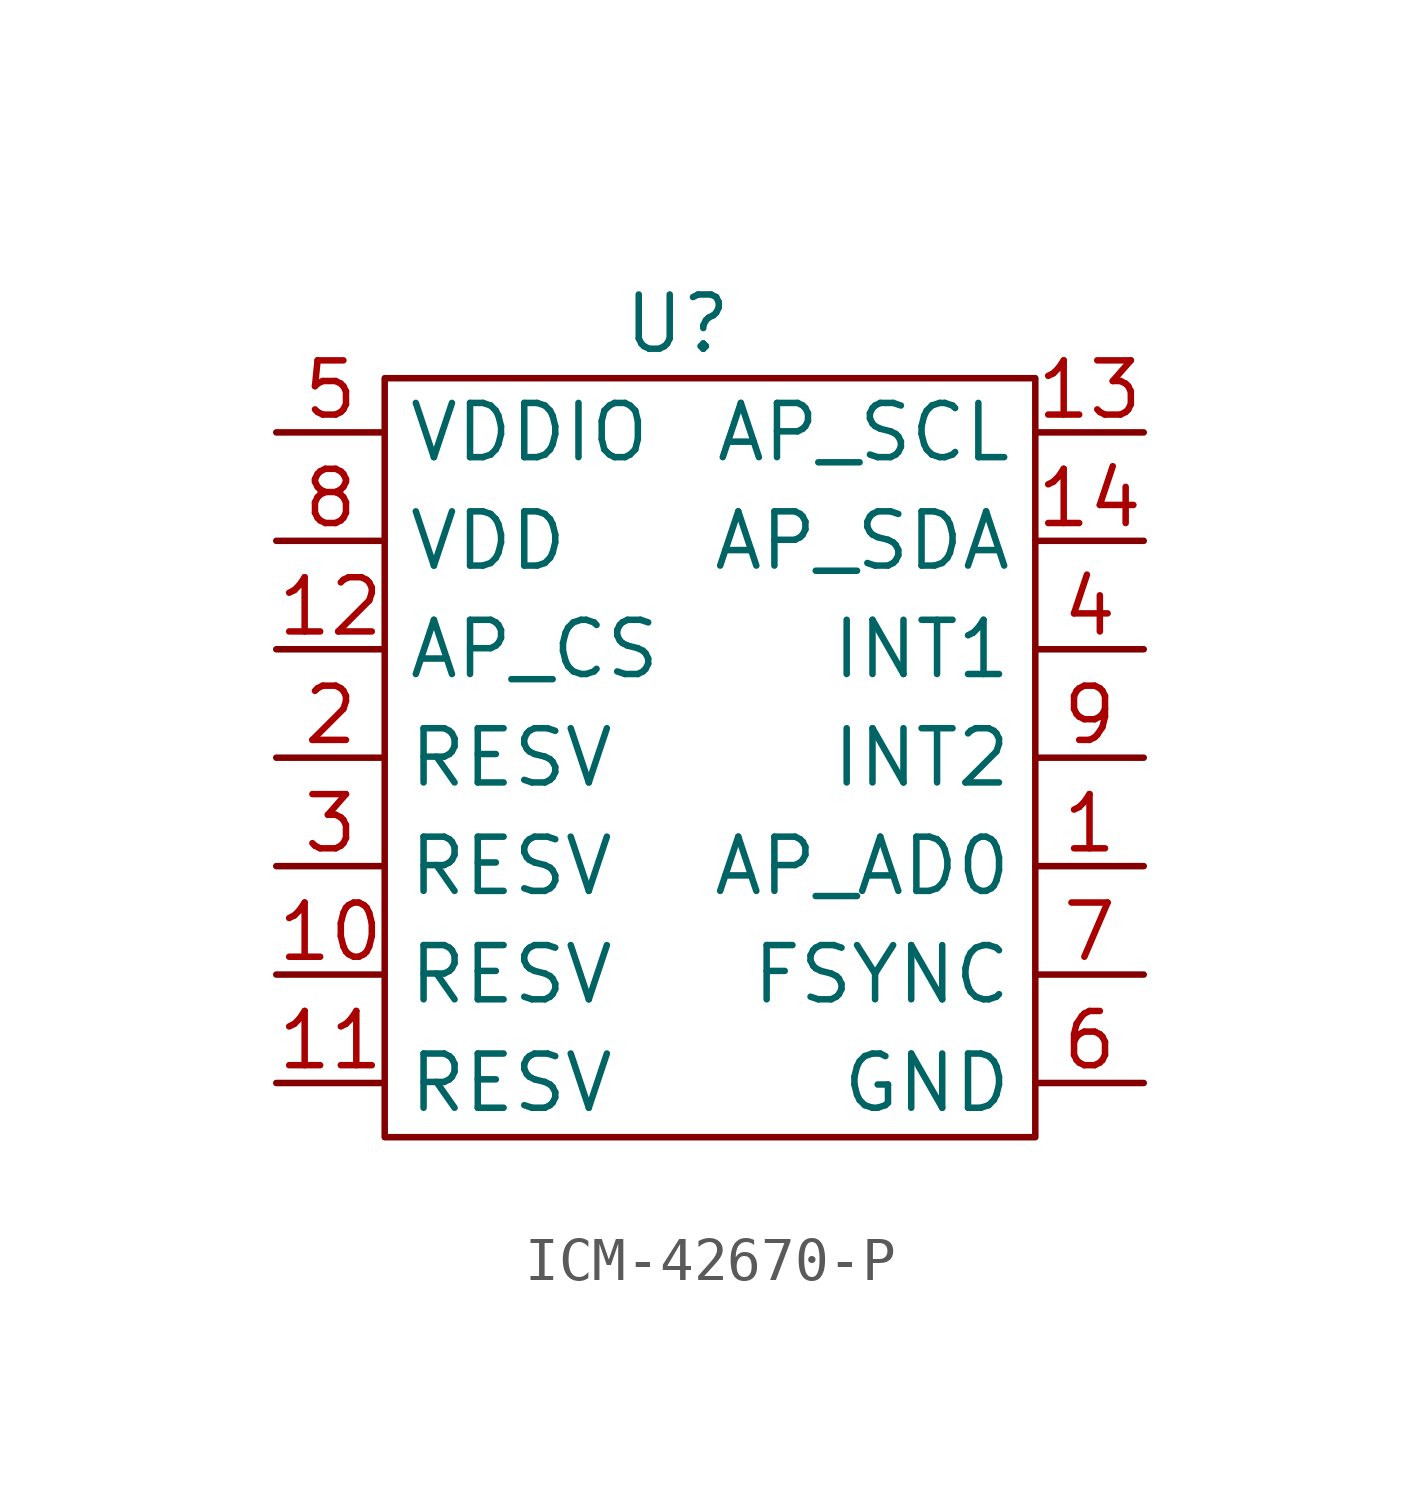
<source format=kicad_sym>
(kicad_symbol_lib
  (version 20231120)
  (generator "kicad_symbol_editor")
  (generator_version "8.0")
  (symbol "ICM-42670-P"
    (property "Reference" "U"
      (at -0.762 11.43 0)
      (effects (font (size 1.27 1.27))))
    (property "Value" ""
      (at -6.35 12.7 0)
      (effects (font (size 1.27 1.27))))
    (symbol "ICM-42670-P_0_0"
      (pin unspecified line (at 10.16 -1.27 180) (length 2.54) (name "AP_AD0" (effects (font (size 1.27 1.27)))) (number "1" (effects (font (size 1.27 1.27)))))
      (pin unspecified line (at -10.16 -3.81 0) (length 2.54) (name "RESV" (effects (font (size 1.27 1.27)))) (number "10" (effects (font (size 1.27 1.27)))))
      (pin unspecified line (at -10.16 -6.35 0) (length 2.54) (name "RESV" (effects (font (size 1.27 1.27)))) (number "11" (effects (font (size 1.27 1.27)))))
      (pin unspecified line (at -10.16 3.81 0) (length 2.54) (name "AP_CS" (effects (font (size 1.27 1.27)))) (number "12" (effects (font (size 1.27 1.27)))))
      (pin unspecified line (at 10.16 8.89 180) (length 2.54) (name "AP_SCL" (effects (font (size 1.27 1.27)))) (number "13" (effects (font (size 1.27 1.27)))))
      (pin unspecified line (at -10.16 1.27 0) (length 2.54) (name "RESV" (effects (font (size 1.27 1.27)))) (number "2" (effects (font (size 1.27 1.27)))))
      (pin unspecified line (at -10.16 -1.27 0) (length 2.54) (name "RESV" (effects (font (size 1.27 1.27)))) (number "3" (effects (font (size 1.27 1.27)))))
      (pin unspecified line (at 10.16 3.81 180) (length 2.54) (name "INT1" (effects (font (size 1.27 1.27)))) (number "4" (effects (font (size 1.27 1.27)))))
      (pin unspecified line (at -10.16 8.89 0) (length 2.54) (name "VDDIO" (effects (font (size 1.27 1.27)))) (number "5" (effects (font (size 1.27 1.27)))))
      (pin unspecified line (at 10.16 -6.35 180) (length 2.54) (name "GND" (effects (font (size 1.27 1.27)))) (number "6" (effects (font (size 1.27 1.27)))))
      (pin unspecified line (at 10.16 -3.81 180) (length 2.54) (name "FSYNC" (effects (font (size 1.27 1.27)))) (number "7" (effects (font (size 1.27 1.27)))))
      (pin unspecified line (at -10.16 6.35 0) (length 2.54) (name "VDD" (effects (font (size 1.27 1.27)))) (number "8" (effects (font (size 1.27 1.27)))))
      (pin unspecified line (at 10.16 1.27 180) (length 2.54) (name "INT2" (effects (font (size 1.27 1.27)))) (number "9" (effects (font (size 1.27 1.27))))))
    (symbol "ICM-42670-P_0_1"
      (rectangle (start -7.62 10.16) (end 7.62 -7.62) (stroke (width 0) (type default)) (fill (type none))))
    (symbol "ICM-42670-P_1_0"
      (pin unspecified line (at 10.16 6.35 180) (length 2.54) (name "AP_SDA" (effects (font (size 1.27 1.27)))) (number "14" (effects (font (size 1.27 1.27))))))))
</source>
